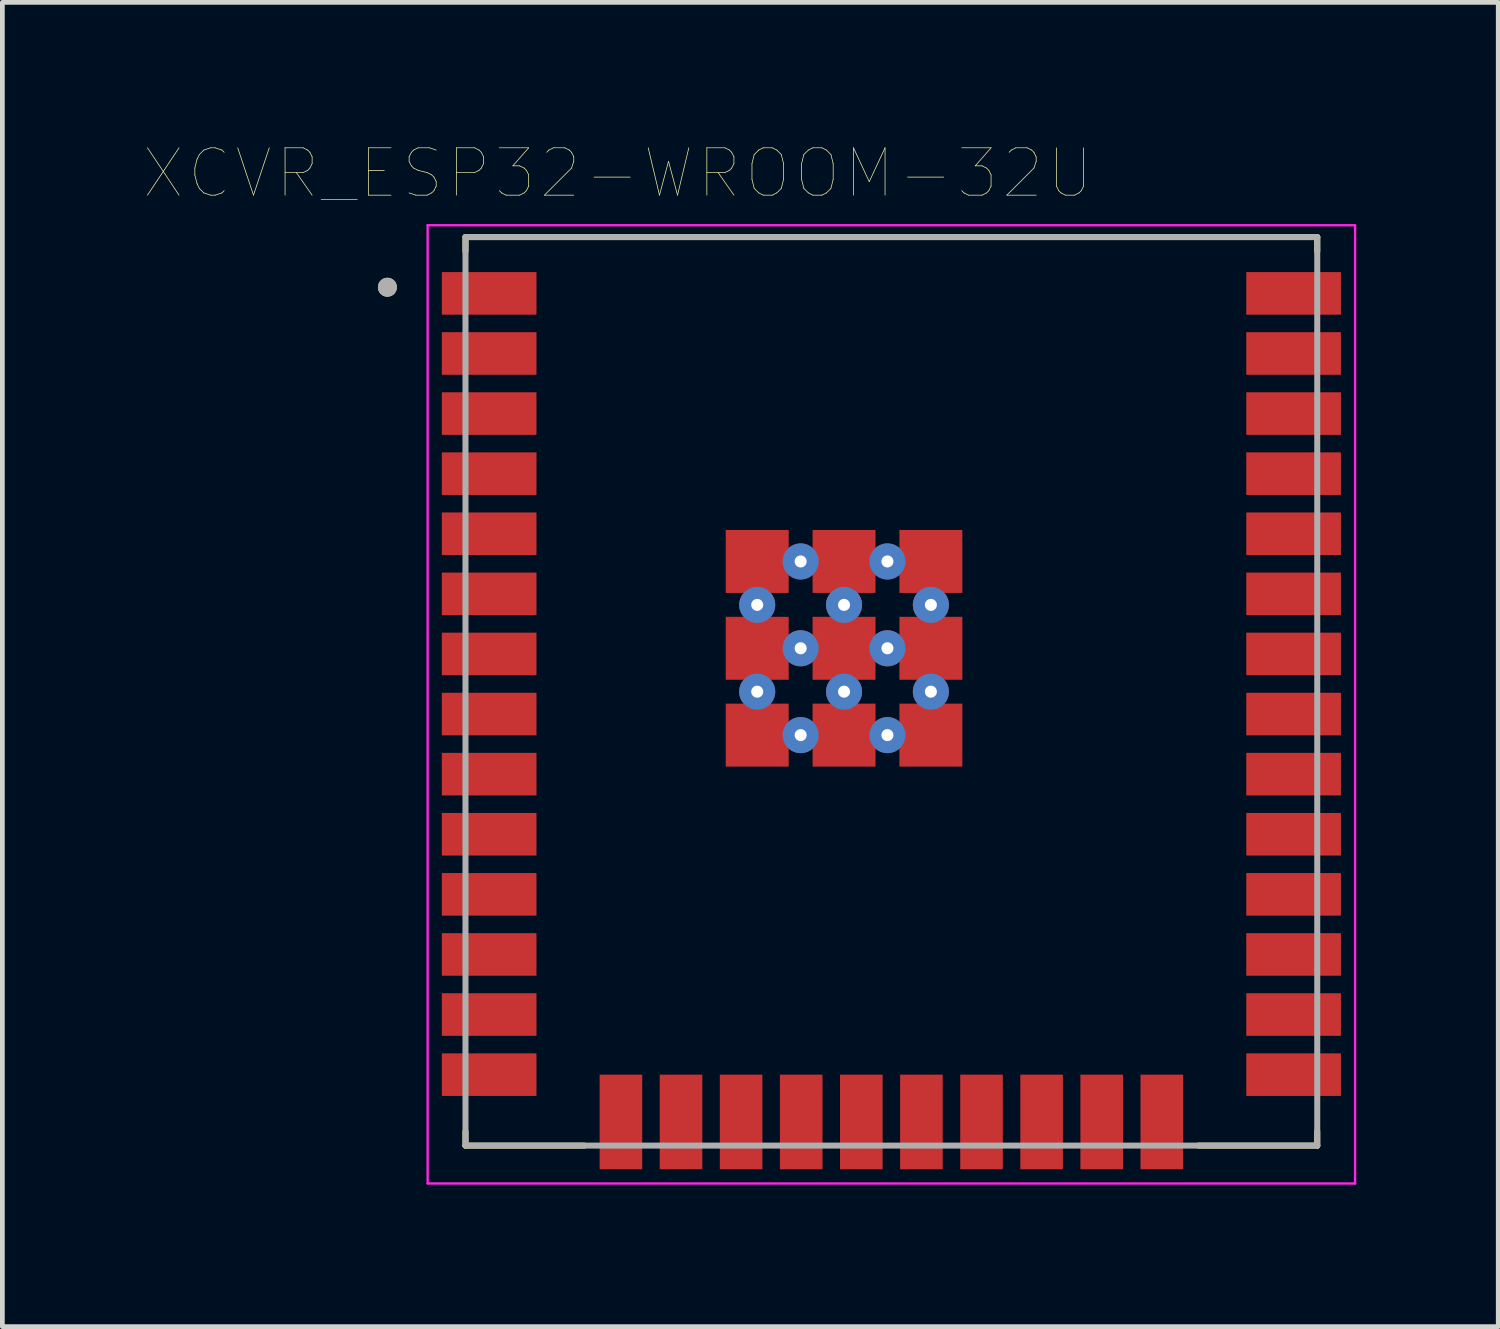
<source format=kicad_pcb>
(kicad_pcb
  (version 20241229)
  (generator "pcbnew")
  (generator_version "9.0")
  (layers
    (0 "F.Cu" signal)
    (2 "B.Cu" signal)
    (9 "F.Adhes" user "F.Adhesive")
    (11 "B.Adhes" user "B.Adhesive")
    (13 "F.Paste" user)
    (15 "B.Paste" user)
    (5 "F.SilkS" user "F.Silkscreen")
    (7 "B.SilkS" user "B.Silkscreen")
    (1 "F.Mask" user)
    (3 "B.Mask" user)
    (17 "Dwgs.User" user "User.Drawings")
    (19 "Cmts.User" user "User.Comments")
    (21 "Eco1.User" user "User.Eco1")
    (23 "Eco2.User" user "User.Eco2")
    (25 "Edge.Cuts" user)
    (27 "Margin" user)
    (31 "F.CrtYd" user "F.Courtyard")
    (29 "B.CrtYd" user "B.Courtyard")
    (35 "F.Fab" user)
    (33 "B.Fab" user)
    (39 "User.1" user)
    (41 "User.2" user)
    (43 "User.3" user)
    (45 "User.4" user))
  (footprint "XCVR_ESP32-WROOM-32U"
    (layer "F.Cu")
    (at 15.787 11.56)
    (property "Reference" "XCVR_ESP32-WROOM-32U" (at -5.782 -10.948 0) (layer "F.SilkS") (effects (font (size 1.001 1.001) (thickness 0.015))))
    (attr through_hole)
    (fp_line (start -9 -9.6) (end 9 -9.6) (stroke (width 0.127) (type solid)) (layer "F.SilkS"))
    (fp_line (start -9 -9.3) (end -9 -9.6) (stroke (width 0.127) (type solid)) (layer "F.SilkS"))
    (fp_line (start -9 9.3) (end -9 9.6) (stroke (width 0.127) (type solid)) (layer "F.SilkS"))
    (fp_line (start -9 9.6) (end -6.49 9.6) (stroke (width 0.127) (type solid)) (layer "F.SilkS"))
    (fp_line (start 6.49 9.6) (end 9 9.6) (stroke (width 0.127) (type solid)) (layer "F.SilkS"))
    (fp_line (start 9 -9.6) (end 9 -9.3) (stroke (width 0.127) (type solid)) (layer "F.SilkS"))
    (fp_line (start 9 9.6) (end 9 9.3) (stroke (width 0.127) (type solid)) (layer "F.SilkS"))
    (fp_circle (center -10.65 -8.54) (end -10.55 -8.54) (stroke (width 0.2) (type solid)) (fill no) (layer "F.SilkS"))
    (fp_line (start -9.8 -9.85) (end 9.8 -9.85) (stroke (width 0.05) (type solid)) (layer "F.CrtYd"))
    (fp_line (start -9.8 10.4) (end -9.8 -9.85) (stroke (width 0.05) (type solid)) (layer "F.CrtYd"))
    (fp_line (start 9.8 -9.85) (end 9.8 10.4) (stroke (width 0.05) (type solid)) (layer "F.CrtYd"))
    (fp_line (start 9.8 10.4) (end -9.8 10.4) (stroke (width 0.05) (type solid)) (layer "F.CrtYd"))
    (fp_line (start -9 -9.6) (end 9 -9.6) (stroke (width 0.127) (type solid)) (layer "F.Fab"))
    (fp_line (start -9 9.6) (end -9 -9.6) (stroke (width 0.127) (type solid)) (layer "F.Fab"))
    (fp_line (start 9 -9.6) (end 9 9.6) (stroke (width 0.127) (type solid)) (layer "F.Fab"))
    (fp_line (start 9 9.6) (end -9 9.6) (stroke (width 0.127) (type solid)) (layer "F.Fab"))
    (fp_circle (center -10.65 -8.54) (end -10.55 -8.54) (stroke (width 0.2) (type solid)) (fill no) (layer "F.Fab"))
    (pad "1" smd rect (at -8.5 -8.41) (size 2 0.9) (layers "F.Cu" "F.Mask" "F.Paste"))
    (pad "2" smd rect (at -8.5 -7.14) (size 2 0.9) (layers "F.Cu" "F.Mask" "F.Paste"))
    (pad "3" smd rect (at -8.5 -5.87) (size 2 0.9) (layers "F.Cu" "F.Mask" "F.Paste"))
    (pad "4" smd rect (at -8.5 -4.6) (size 2 0.9) (layers "F.Cu" "F.Mask" "F.Paste"))
    (pad "5" smd rect (at -8.5 -3.33) (size 2 0.9) (layers "F.Cu" "F.Mask" "F.Paste"))
    (pad "6" smd rect (at -8.5 -2.06) (size 2 0.9) (layers "F.Cu" "F.Mask" "F.Paste"))
    (pad "7" smd rect (at -8.5 -0.79) (size 2 0.9) (layers "F.Cu" "F.Mask" "F.Paste"))
    (pad "8" smd rect (at -8.5 0.48) (size 2 0.9) (layers "F.Cu" "F.Mask" "F.Paste"))
    (pad "9" smd rect (at -8.5 1.75) (size 2 0.9) (layers "F.Cu" "F.Mask" "F.Paste"))
    (pad "10" smd rect (at -8.5 3.02) (size 2 0.9) (layers "F.Cu" "F.Mask" "F.Paste"))
    (pad "11" smd rect (at -8.5 4.29) (size 2 0.9) (layers "F.Cu" "F.Mask" "F.Paste"))
    (pad "12" smd rect (at -8.5 5.56) (size 2 0.9) (layers "F.Cu" "F.Mask" "F.Paste"))
    (pad "13" smd rect (at -8.5 6.83) (size 2 0.9) (layers "F.Cu" "F.Mask" "F.Paste"))
    (pad "14" smd rect (at -8.5 8.1) (size 2 0.9) (layers "F.Cu" "F.Mask" "F.Paste"))
    (pad "15" smd rect (at -5.715 9.1) (size 0.9 2) (layers "F.Cu" "F.Mask" "F.Paste"))
    (pad "16" smd rect (at -4.445 9.1) (size 0.9 2) (layers "F.Cu" "F.Mask" "F.Paste"))
    (pad "17" smd rect (at -3.175 9.1) (size 0.9 2) (layers "F.Cu" "F.Mask" "F.Paste"))
    (pad "18" smd rect (at -1.905 9.1) (size 0.9 2) (layers "F.Cu" "F.Mask" "F.Paste"))
    (pad "19" smd rect (at -0.635 9.1) (size 0.9 2) (layers "F.Cu" "F.Mask" "F.Paste"))
    (pad "20" smd rect (at 0.635 9.1) (size 0.9 2) (layers "F.Cu" "F.Mask" "F.Paste"))
    (pad "21" smd rect (at 1.905 9.1) (size 0.9 2) (layers "F.Cu" "F.Mask" "F.Paste"))
    (pad "22" smd rect (at 3.175 9.1) (size 0.9 2) (layers "F.Cu" "F.Mask" "F.Paste"))
    (pad "23" smd rect (at 4.445 9.1) (size 0.9 2) (layers "F.Cu" "F.Mask" "F.Paste"))
    (pad "24" smd rect (at 5.715 9.1) (size 0.9 2) (layers "F.Cu" "F.Mask" "F.Paste"))
    (pad "25" smd rect (at 8.5 8.1) (size 2 0.9) (layers "F.Cu" "F.Mask" "F.Paste"))
    (pad "26" smd rect (at 8.5 6.83) (size 2 0.9) (layers "F.Cu" "F.Mask" "F.Paste"))
    (pad "27" smd rect (at 8.5 5.56) (size 2 0.9) (layers "F.Cu" "F.Mask" "F.Paste"))
    (pad "28" smd rect (at 8.5 4.29) (size 2 0.9) (layers "F.Cu" "F.Mask" "F.Paste"))
    (pad "29" smd rect (at 8.5 3.02) (size 2 0.9) (layers "F.Cu" "F.Mask" "F.Paste"))
    (pad "30" smd rect (at 8.5 1.75) (size 2 0.9) (layers "F.Cu" "F.Mask" "F.Paste"))
    (pad "31" smd rect (at 8.5 0.48) (size 2 0.9) (layers "F.Cu" "F.Mask" "F.Paste"))
    (pad "32" smd rect (at 8.5 -0.79) (size 2 0.9) (layers "F.Cu" "F.Mask" "F.Paste"))
    (pad "33" smd rect (at 8.5 -2.06) (size 2 0.9) (layers "F.Cu" "F.Mask" "F.Paste"))
    (pad "34" smd rect (at 8.5 -3.33) (size 2 0.9) (layers "F.Cu" "F.Mask" "F.Paste"))
    (pad "35" smd rect (at 8.5 -4.6) (size 2 0.9) (layers "F.Cu" "F.Mask" "F.Paste"))
    (pad "36" smd rect (at 8.5 -5.87) (size 2 0.9) (layers "F.Cu" "F.Mask" "F.Paste"))
    (pad "37" smd rect (at 8.5 -7.14) (size 2 0.9) (layers "F.Cu" "F.Mask" "F.Paste"))
    (pad "38" smd rect (at 8.5 -8.41) (size 2 0.9) (layers "F.Cu" "F.Mask" "F.Paste"))
    (pad "G.1" smd rect (at 0.835 -2.745) (size 1.33 1.33) (layers "F.Cu" "F.Mask" "F.Paste"))
    (pad "G.2" smd rect (at -1 -2.745) (size 1.33 1.33) (layers "F.Cu" "F.Mask" "F.Paste"))
    (pad "G.4" smd rect (at -2.835 -2.745) (size 1.33 1.33) (layers "F.Cu" "F.Mask" "F.Paste"))
    (pad "G.5" smd rect (at 0.835 -0.91) (size 1.33 1.33) (layers "F.Cu" "F.Mask" "F.Paste"))
    (pad "G.6" smd rect (at -1 -0.91) (size 1.33 1.33) (layers "F.Cu" "F.Mask" "F.Paste"))
    (pad "G.7" smd rect (at -2.835 -0.91) (size 1.33 1.33) (layers "F.Cu" "F.Mask" "F.Paste"))
    (pad "G.8" smd rect (at 0.835 0.925) (size 1.33 1.33) (layers "F.Cu" "F.Mask" "F.Paste"))
    (pad "G.9" smd rect (at -1 0.925) (size 1.33 1.33) (layers "F.Cu" "F.Mask" "F.Paste"))
    (pad "G.10" smd rect (at -2.835 0.925) (size 1.33 1.33) (layers "F.Cu" "F.Mask" "F.Paste"))
    (pad "G.11" thru_hole circle (at -0.083 -2.745) (size 0.762 0.762) (drill 0.254) (layers "*.Cu" "*.Mask"))
    (pad "G.12" thru_hole circle (at -1.917 -2.745) (size 0.762 0.762) (drill 0.254) (layers "*.Cu" "*.Mask"))
    (pad "G.13" thru_hole circle (at 0.835 -1.827) (size 0.762 0.762) (drill 0.254) (layers "*.Cu" "*.Mask"))
    (pad "G.14" thru_hole circle (at -1 -1.827) (size 0.762 0.762) (drill 0.254) (layers "*.Cu" "*.Mask"))
    (pad "G.15" thru_hole circle (at -2.835 -1.827) (size 0.762 0.762) (drill 0.254) (layers "*.Cu" "*.Mask"))
    (pad "G.16" thru_hole circle (at -0.083 -0.91) (size 0.762 0.762) (drill 0.254) (layers "*.Cu" "*.Mask"))
    (pad "G.17" thru_hole circle (at -1.917 -0.91) (size 0.762 0.762) (drill 0.254) (layers "*.Cu" "*.Mask"))
    (pad "G.18" thru_hole circle (at 0.835 0.007) (size 0.762 0.762) (drill 0.254) (layers "*.Cu" "*.Mask"))
    (pad "G.19" thru_hole circle (at -1 0.007) (size 0.762 0.762) (drill 0.254) (layers "*.Cu" "*.Mask"))
    (pad "G.20" thru_hole circle (at -2.835 0.007) (size 0.762 0.762) (drill 0.254) (layers "*.Cu" "*.Mask"))
    (pad "G.21" thru_hole circle (at -0.083 0.925) (size 0.762 0.762) (drill 0.254) (layers "*.Cu" "*.Mask"))
    (pad "G.22" thru_hole circle (at -1.917 0.925) (size 0.762 0.762) (drill 0.254) (layers "*.Cu" "*.Mask")))
  (gr_rect
    (start -3 -3)
    (end 28.612 24.985)
    (stroke (width 0.1) (type default))
    (fill no)
    (layer "Edge.Cuts")))
</source>
